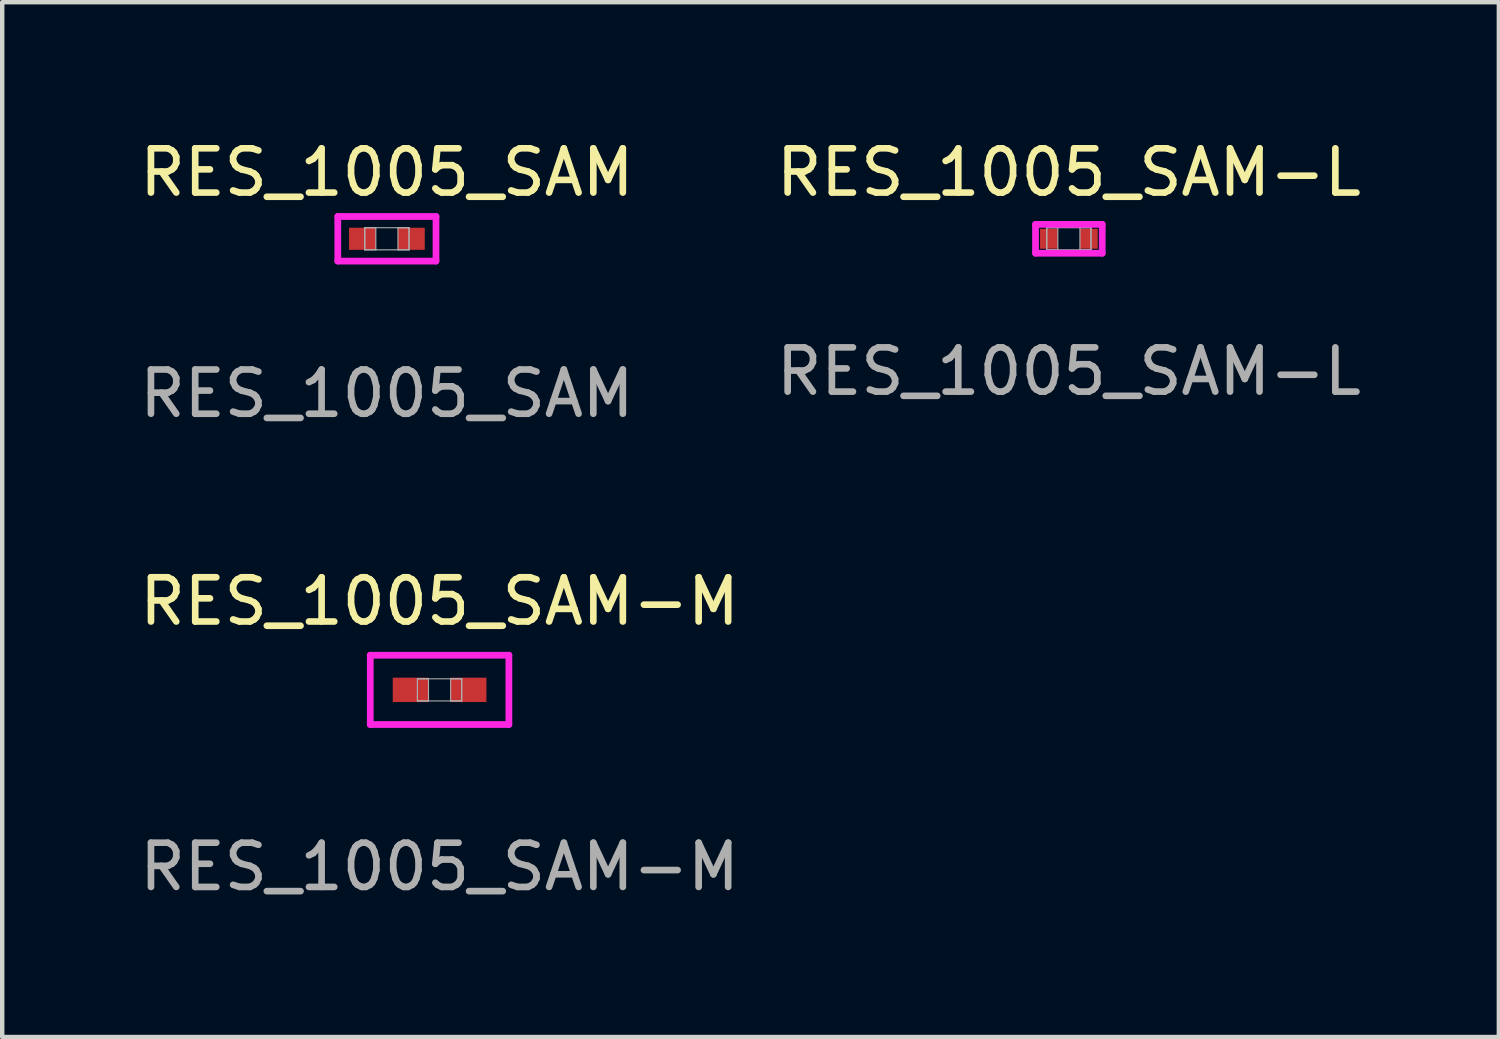
<source format=kicad_pcb>
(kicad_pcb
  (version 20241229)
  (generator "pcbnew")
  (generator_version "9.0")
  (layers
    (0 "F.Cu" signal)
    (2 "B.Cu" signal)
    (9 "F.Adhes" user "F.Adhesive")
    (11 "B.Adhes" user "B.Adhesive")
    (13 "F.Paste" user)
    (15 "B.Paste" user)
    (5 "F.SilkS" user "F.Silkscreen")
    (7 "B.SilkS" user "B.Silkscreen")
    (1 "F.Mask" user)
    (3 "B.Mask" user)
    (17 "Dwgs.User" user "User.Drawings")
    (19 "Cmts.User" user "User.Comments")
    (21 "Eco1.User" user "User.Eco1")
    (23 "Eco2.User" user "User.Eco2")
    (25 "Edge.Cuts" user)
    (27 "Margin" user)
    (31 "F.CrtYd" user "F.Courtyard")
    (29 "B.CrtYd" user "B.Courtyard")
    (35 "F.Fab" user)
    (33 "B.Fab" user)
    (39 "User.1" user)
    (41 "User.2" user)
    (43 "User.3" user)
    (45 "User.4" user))
  (footprint "RES_1005_SAM-L"
    (layer "F.Cu")
    (at 21.113 2.348)
    (property "Reference" "RES_1005_SAM-L" (at 0 -1.5 0) (unlocked yes) (layer "F.SilkS") (effects (font (size 1 1) (thickness 0.15))))
    (attr smd)
    (fp_line (start -0.754 -0.326) (end 0.754 -0.326) (stroke (width 0.152) (type solid)) (layer "F.CrtYd"))
    (fp_line (start -0.754 0.326) (end -0.754 -0.326) (stroke (width 0.152) (type solid)) (layer "F.CrtYd"))
    (fp_line (start 0.754 -0.326) (end 0.754 0.326) (stroke (width 0.152) (type solid)) (layer "F.CrtYd"))
    (fp_line (start 0.754 0.326) (end -0.754 0.326) (stroke (width 0.152) (type solid)) (layer "F.CrtYd"))
    (fp_line (start -0.5 -0.25) (end -0.5 0.25) (stroke (width 0.025) (type solid)) (layer "F.Fab"))
    (fp_line (start -0.5 -0.25) (end -0.5 0.25) (stroke (width 0.025) (type solid)) (layer "F.Fab"))
    (fp_line (start -0.5 0.25) (end -0.25 0.25) (stroke (width 0.025) (type solid)) (layer "F.Fab"))
    (fp_line (start -0.5 0.25) (end 0.5 0.25) (stroke (width 0.025) (type solid)) (layer "F.Fab"))
    (fp_line (start -0.25 -0.25) (end -0.5 -0.25) (stroke (width 0.025) (type solid)) (layer "F.Fab"))
    (fp_line (start -0.25 0.25) (end -0.25 -0.25) (stroke (width 0.025) (type solid)) (layer "F.Fab"))
    (fp_line (start 0.25 -0.25) (end 0.25 0.25) (stroke (width 0.025) (type solid)) (layer "F.Fab"))
    (fp_line (start 0.25 0.25) (end 0.5 0.25) (stroke (width 0.025) (type solid)) (layer "F.Fab"))
    (fp_line (start 0.5 -0.25) (end -0.5 -0.25) (stroke (width 0.025) (type solid)) (layer "F.Fab"))
    (fp_line (start 0.5 -0.25) (end 0.25 -0.25) (stroke (width 0.025) (type solid)) (layer "F.Fab"))
    (fp_line (start 0.5 0.25) (end 0.5 -0.25) (stroke (width 0.025) (type solid)) (layer "F.Fab"))
    (fp_line (start 0.5 0.25) (end 0.5 -0.25) (stroke (width 0.025) (type solid)) (layer "F.Fab"))
    (fp_text user "${REFERENCE}" (at 0 3 0) (unlocked yes) (layer "F.Fab") (effects (font (size 1 1) (thickness 0.15))))
    (pad "1" smd rect (at -0.451 0) (size 0.402 0.449) (layers "F.Cu" "F.Mask" "F.Paste"))
    (pad "2" smd rect (at 0.451 0) (size 0.402 0.449) (layers "F.Cu" "F.Mask" "F.Paste"))
    (zone (net_name "") (layer "F.Cu") (hatch full 0.508) (connect_pads) (min_thickness 0.254) (filled_areas_thickness no) (keepout (tracks not_allowed) (vias not_allowed) (pads allowed) (copperpour not_allowed) (footprints allowed)) (placement (enabled no)) (fill) (polygon (pts (xy 20.914 2.149) (xy 21.312 2.149) (xy 21.312 2.547) (xy 20.914 2.547)))))
  (footprint "RES_1005_SAM"
    (layer "F.Cu")
    (at 5.696 2.348)
    (property "Reference" "RES_1005_SAM" (at 0 -1.5 0) (unlocked yes) (layer "F.SilkS") (effects (font (size 1 1) (thickness 0.15))))
    (attr smd)
    (fp_line (start -1.11 -0.504) (end 1.11 -0.504) (stroke (width 0.152) (type solid)) (layer "F.CrtYd"))
    (fp_line (start -1.11 0.504) (end -1.11 -0.504) (stroke (width 0.152) (type solid)) (layer "F.CrtYd"))
    (fp_line (start 1.11 -0.504) (end 1.11 0.504) (stroke (width 0.152) (type solid)) (layer "F.CrtYd"))
    (fp_line (start 1.11 0.504) (end -1.11 0.504) (stroke (width 0.152) (type solid)) (layer "F.CrtYd"))
    (fp_line (start -0.5 -0.25) (end -0.5 0.25) (stroke (width 0.025) (type solid)) (layer "F.Fab"))
    (fp_line (start -0.5 -0.25) (end -0.5 0.25) (stroke (width 0.025) (type solid)) (layer "F.Fab"))
    (fp_line (start -0.5 0.25) (end -0.25 0.25) (stroke (width 0.025) (type solid)) (layer "F.Fab"))
    (fp_line (start -0.5 0.25) (end 0.5 0.25) (stroke (width 0.025) (type solid)) (layer "F.Fab"))
    (fp_line (start -0.25 -0.25) (end -0.5 -0.25) (stroke (width 0.025) (type solid)) (layer "F.Fab"))
    (fp_line (start -0.25 0.25) (end -0.25 -0.25) (stroke (width 0.025) (type solid)) (layer "F.Fab"))
    (fp_line (start 0.25 -0.25) (end 0.25 0.25) (stroke (width 0.025) (type solid)) (layer "F.Fab"))
    (fp_line (start 0.25 0.25) (end 0.5 0.25) (stroke (width 0.025) (type solid)) (layer "F.Fab"))
    (fp_line (start 0.5 -0.25) (end -0.5 -0.25) (stroke (width 0.025) (type solid)) (layer "F.Fab"))
    (fp_line (start 0.5 -0.25) (end 0.25 -0.25) (stroke (width 0.025) (type solid)) (layer "F.Fab"))
    (fp_line (start 0.5 0.25) (end 0.5 -0.25) (stroke (width 0.025) (type solid)) (layer "F.Fab"))
    (fp_line (start 0.5 0.25) (end 0.5 -0.25) (stroke (width 0.025) (type solid)) (layer "F.Fab"))
    (fp_text user "${REFERENCE}" (at 0 3.5 0) (unlocked yes) (layer "F.Fab") (effects (font (size 1 1) (thickness 0.15))))
    (pad "1" smd rect (at -0.553 0) (size 0.606 0.5) (layers "F.Cu" "F.Mask" "F.Paste"))
    (pad "2" smd rect (at 0.553 0) (size 0.606 0.5) (layers "F.Cu" "F.Mask" "F.Paste"))
    (zone (net_name "") (layer "F.Cu") (hatch full 0.508) (connect_pads) (min_thickness 0.254) (filled_areas_thickness no) (keepout (tracks not_allowed) (vias not_allowed) (pads allowed) (copperpour not_allowed) (footprints allowed)) (placement (enabled no)) (fill) (polygon (pts (xy 5.497 2.149) (xy 5.896 2.149) (xy 5.896 2.547) (xy 5.497 2.547)))))
  (footprint "RES_1005_SAM-M"
    (layer "F.Cu")
    (at 6.887 12.545)
    (property "Reference" "RES_1005_SAM-M" (at 0 -2 0) (unlocked yes) (layer "F.SilkS") (effects (font (size 1 1) (thickness 0.15))))
    (attr smd)
    (fp_line (start -1.567 -0.783) (end 1.567 -0.783) (stroke (width 0.152) (type solid)) (layer "F.CrtYd"))
    (fp_line (start -1.567 0.783) (end -1.567 -0.783) (stroke (width 0.152) (type solid)) (layer "F.CrtYd"))
    (fp_line (start 1.567 -0.783) (end 1.567 0.783) (stroke (width 0.152) (type solid)) (layer "F.CrtYd"))
    (fp_line (start 1.567 0.783) (end -1.567 0.783) (stroke (width 0.152) (type solid)) (layer "F.CrtYd"))
    (fp_line (start -0.5 -0.25) (end -0.5 0.25) (stroke (width 0.025) (type solid)) (layer "F.Fab"))
    (fp_line (start -0.5 -0.25) (end -0.5 0.25) (stroke (width 0.025) (type solid)) (layer "F.Fab"))
    (fp_line (start -0.5 0.25) (end -0.25 0.25) (stroke (width 0.025) (type solid)) (layer "F.Fab"))
    (fp_line (start -0.5 0.25) (end 0.5 0.25) (stroke (width 0.025) (type solid)) (layer "F.Fab"))
    (fp_line (start -0.25 -0.25) (end -0.5 -0.25) (stroke (width 0.025) (type solid)) (layer "F.Fab"))
    (fp_line (start -0.25 0.25) (end -0.25 -0.25) (stroke (width 0.025) (type solid)) (layer "F.Fab"))
    (fp_line (start 0.25 -0.25) (end 0.25 0.25) (stroke (width 0.025) (type solid)) (layer "F.Fab"))
    (fp_line (start 0.25 0.25) (end 0.5 0.25) (stroke (width 0.025) (type solid)) (layer "F.Fab"))
    (fp_line (start 0.5 -0.25) (end -0.5 -0.25) (stroke (width 0.025) (type solid)) (layer "F.Fab"))
    (fp_line (start 0.5 -0.25) (end 0.25 -0.25) (stroke (width 0.025) (type solid)) (layer "F.Fab"))
    (fp_line (start 0.5 0.25) (end 0.5 -0.25) (stroke (width 0.025) (type solid)) (layer "F.Fab"))
    (fp_line (start 0.5 0.25) (end 0.5 -0.25) (stroke (width 0.025) (type solid)) (layer "F.Fab"))
    (fp_text user "${REFERENCE}" (at 0 4 0) (unlocked yes) (layer "F.Fab") (effects (font (size 1 1) (thickness 0.15))))
    (pad "1" smd rect (at -0.654 0) (size 0.809 0.551) (layers "F.Cu" "F.Mask" "F.Paste"))
    (pad "2" smd rect (at 0.654 0) (size 0.809 0.551) (layers "F.Cu" "F.Mask" "F.Paste"))
    (zone (net_name "") (layer "F.Cu") (hatch full 0.508) (connect_pads) (min_thickness 0.254) (filled_areas_thickness no) (keepout (tracks not_allowed) (vias not_allowed) (pads allowed) (copperpour not_allowed) (footprints allowed)) (placement (enabled no)) (fill) (polygon (pts (xy 6.688 12.346) (xy 7.086 12.346) (xy 7.086 12.744) (xy 6.688 12.744)))))
  (gr_rect
    (start -3 -3)
    (end 30.833 20.393)
    (stroke (width 0.1) (type default))
    (fill no)
    (layer "Edge.Cuts")))
</source>
